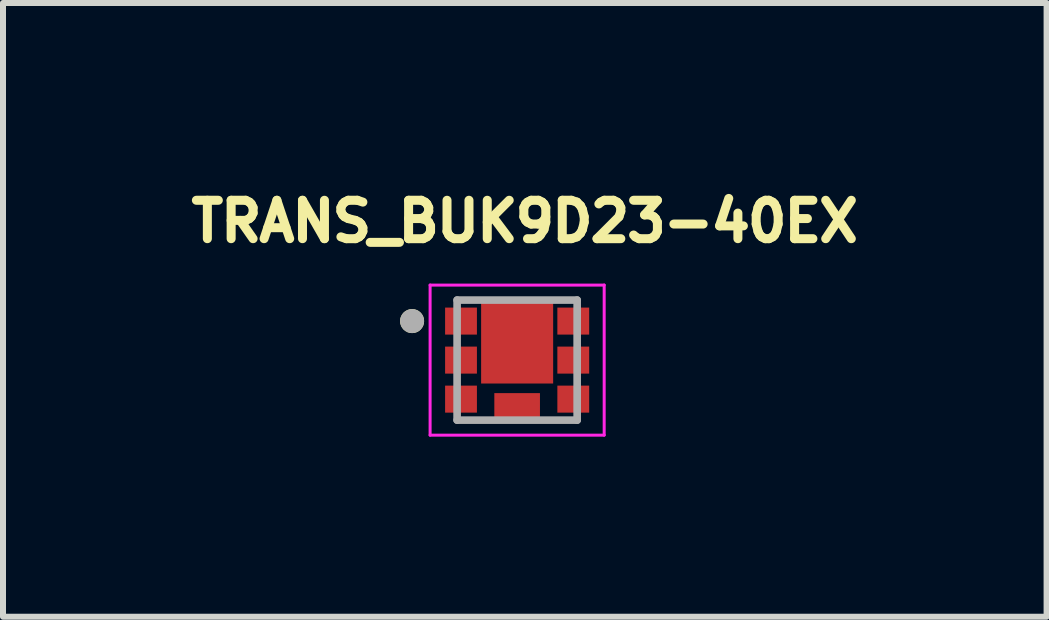
<source format=kicad_pcb>
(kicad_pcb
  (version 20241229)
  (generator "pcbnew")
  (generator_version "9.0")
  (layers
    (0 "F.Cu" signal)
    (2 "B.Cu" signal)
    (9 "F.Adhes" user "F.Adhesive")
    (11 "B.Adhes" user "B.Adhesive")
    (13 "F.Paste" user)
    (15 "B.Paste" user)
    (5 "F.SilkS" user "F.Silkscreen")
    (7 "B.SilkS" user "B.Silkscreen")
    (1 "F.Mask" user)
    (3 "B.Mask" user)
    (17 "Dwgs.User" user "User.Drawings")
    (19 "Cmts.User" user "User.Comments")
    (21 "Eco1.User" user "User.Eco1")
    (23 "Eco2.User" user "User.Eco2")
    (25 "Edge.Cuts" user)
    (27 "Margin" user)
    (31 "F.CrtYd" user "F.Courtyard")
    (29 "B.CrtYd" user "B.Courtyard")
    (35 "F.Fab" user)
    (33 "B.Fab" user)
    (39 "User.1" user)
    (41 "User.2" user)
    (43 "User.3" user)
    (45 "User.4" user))
  (footprint "TRANS_BUK9D23-40EX"
    (layer "F.Cu")
    (at 5.565 2.949)
    (property "Reference" "TRANS_BUK9D23-40EX" (at 0.127 -2.311 0) (layer "F.SilkS") (effects (font (size 0.64 0.64) (thickness 0.15))))
    (attr smd)
    (fp_poly (pts (xy -1.15 -0.825) (xy -0.72 -0.825) (xy -0.72 -0.475) (xy -1.15 -0.475)) (stroke (width 0.01) (type solid)) (fill yes) (layer "F.Mask"))
    (fp_poly (pts (xy -1.15 -0.175) (xy -0.72 -0.175) (xy -0.72 0.175) (xy -1.15 0.175)) (stroke (width 0.01) (type solid)) (fill yes) (layer "F.Mask"))
    (fp_poly (pts (xy -1.15 0.475) (xy -0.72 0.475) (xy -0.72 0.825) (xy -1.15 0.825)) (stroke (width 0.01) (type solid)) (fill yes) (layer "F.Mask"))
    (fp_poly (pts (xy -0.55 -0.91) (xy 0.55 -0.91) (xy 0.55 0.34) (xy -0.55 0.34)) (stroke (width 0.01) (type solid)) (fill yes) (layer "F.Mask"))
    (fp_poly (pts (xy -0.33 0.6) (xy 0.33 0.6) (xy 0.33 0.95) (xy -0.33 0.95)) (stroke (width 0.01) (type solid)) (fill yes) (layer "F.Mask"))
    (fp_poly (pts (xy 0.72 -0.825) (xy 1.15 -0.825) (xy 1.15 -0.475) (xy 0.72 -0.475)) (stroke (width 0.01) (type solid)) (fill yes) (layer "F.Mask"))
    (fp_poly (pts (xy 0.72 -0.175) (xy 1.15 -0.175) (xy 1.15 0.175) (xy 0.72 0.175)) (stroke (width 0.01) (type solid)) (fill yes) (layer "F.Mask"))
    (fp_poly (pts (xy 0.72 0.475) (xy 1.15 0.475) (xy 1.15 0.825) (xy 0.72 0.825)) (stroke (width 0.01) (type solid)) (fill yes) (layer "F.Mask"))
    (fp_circle (center -1.75 -0.65) (end -1.65 -0.65) (stroke (width 0.2) (type solid)) (fill no) (layer "F.SilkS"))
    (fp_poly (pts (xy -1.1 -0.775) (xy -0.77 -0.775) (xy -0.77 -0.525) (xy -1.1 -0.525)) (stroke (width 0.01) (type solid)) (fill yes) (layer "F.Paste"))
    (fp_poly (pts (xy -1.1 -0.125) (xy -0.77 -0.125) (xy -0.77 0.125) (xy -1.1 0.125)) (stroke (width 0.01) (type solid)) (fill yes) (layer "F.Paste"))
    (fp_poly (pts (xy -1.1 0.525) (xy -0.77 0.525) (xy -0.77 0.775) (xy -1.1 0.775)) (stroke (width 0.01) (type solid)) (fill yes) (layer "F.Paste"))
    (fp_poly (pts (xy -0.45 -0.81) (xy 0.45 -0.81) (xy 0.45 0.24) (xy -0.45 0.24)) (stroke (width 0.01) (type solid)) (fill yes) (layer "F.Paste"))
    (fp_poly (pts (xy -0.28 0.65) (xy 0.28 0.65) (xy 0.28 0.9) (xy -0.28 0.9)) (stroke (width 0.01) (type solid)) (fill yes) (layer "F.Paste"))
    (fp_poly (pts (xy 0.77 -0.775) (xy 1.1 -0.775) (xy 1.1 -0.525) (xy 0.77 -0.525)) (stroke (width 0.01) (type solid)) (fill yes) (layer "F.Paste"))
    (fp_poly (pts (xy 0.77 -0.125) (xy 1.1 -0.125) (xy 1.1 0.125) (xy 0.77 0.125)) (stroke (width 0.01) (type solid)) (fill yes) (layer "F.Paste"))
    (fp_poly (pts (xy 0.77 0.525) (xy 1.1 0.525) (xy 1.1 0.775) (xy 0.77 0.775)) (stroke (width 0.01) (type solid)) (fill yes) (layer "F.Paste"))
    (fp_line (start -1.45 -1.25) (end 1.45 -1.25) (stroke (width 0.05) (type solid)) (layer "F.CrtYd"))
    (fp_line (start -1.45 1.25) (end -1.45 -1.25) (stroke (width 0.05) (type solid)) (layer "F.CrtYd"))
    (fp_line (start 1.45 -1.25) (end 1.45 1.25) (stroke (width 0.05) (type solid)) (layer "F.CrtYd"))
    (fp_line (start 1.45 1.25) (end -1.45 1.25) (stroke (width 0.05) (type solid)) (layer "F.CrtYd"))
    (fp_line (start -1 -1) (end 1 -1) (stroke (width 0.127) (type solid)) (layer "F.Fab"))
    (fp_line (start -1 1) (end -1 -1) (stroke (width 0.127) (type solid)) (layer "F.Fab"))
    (fp_line (start 1 -1) (end 1 1) (stroke (width 0.127) (type solid)) (layer "F.Fab"))
    (fp_line (start 1 1) (end -1 1) (stroke (width 0.127) (type solid)) (layer "F.Fab"))
    (fp_circle (center -1.75 -0.65) (end -1.65 -0.65) (stroke (width 0.2) (type solid)) (fill no) (layer "F.Fab"))
    (pad "1" smd rect (at -0.935 -0.65) (size 0.53 0.45) (layers "F.Cu"))
    (pad "2" smd rect (at -0.935 0) (size 0.53 0.45) (layers "F.Cu"))
    (pad "3" smd rect (at -0.935 0.65) (size 0.53 0.45) (layers "F.Cu"))
    (pad "4" smd rect (at 0.935 0.65) (size 0.53 0.45) (layers "F.Cu"))
    (pad "5" smd rect (at 0.935 0) (size 0.53 0.45) (layers "F.Cu"))
    (pad "6" smd rect (at 0.935 -0.65) (size 0.53 0.45) (layers "F.Cu"))
    (pad "7" smd rect (at 0 -0.285) (size 1.2 1.35) (layers "F.Cu"))
    (pad "8" smd rect (at 0 0.775) (size 0.76 0.45) (layers "F.Cu")))
  (gr_rect
    (start -3 -3)
    (end 14.385 7.224)
    (stroke (width 0.1) (type default))
    (fill no)
    (layer "Edge.Cuts")))
</source>
